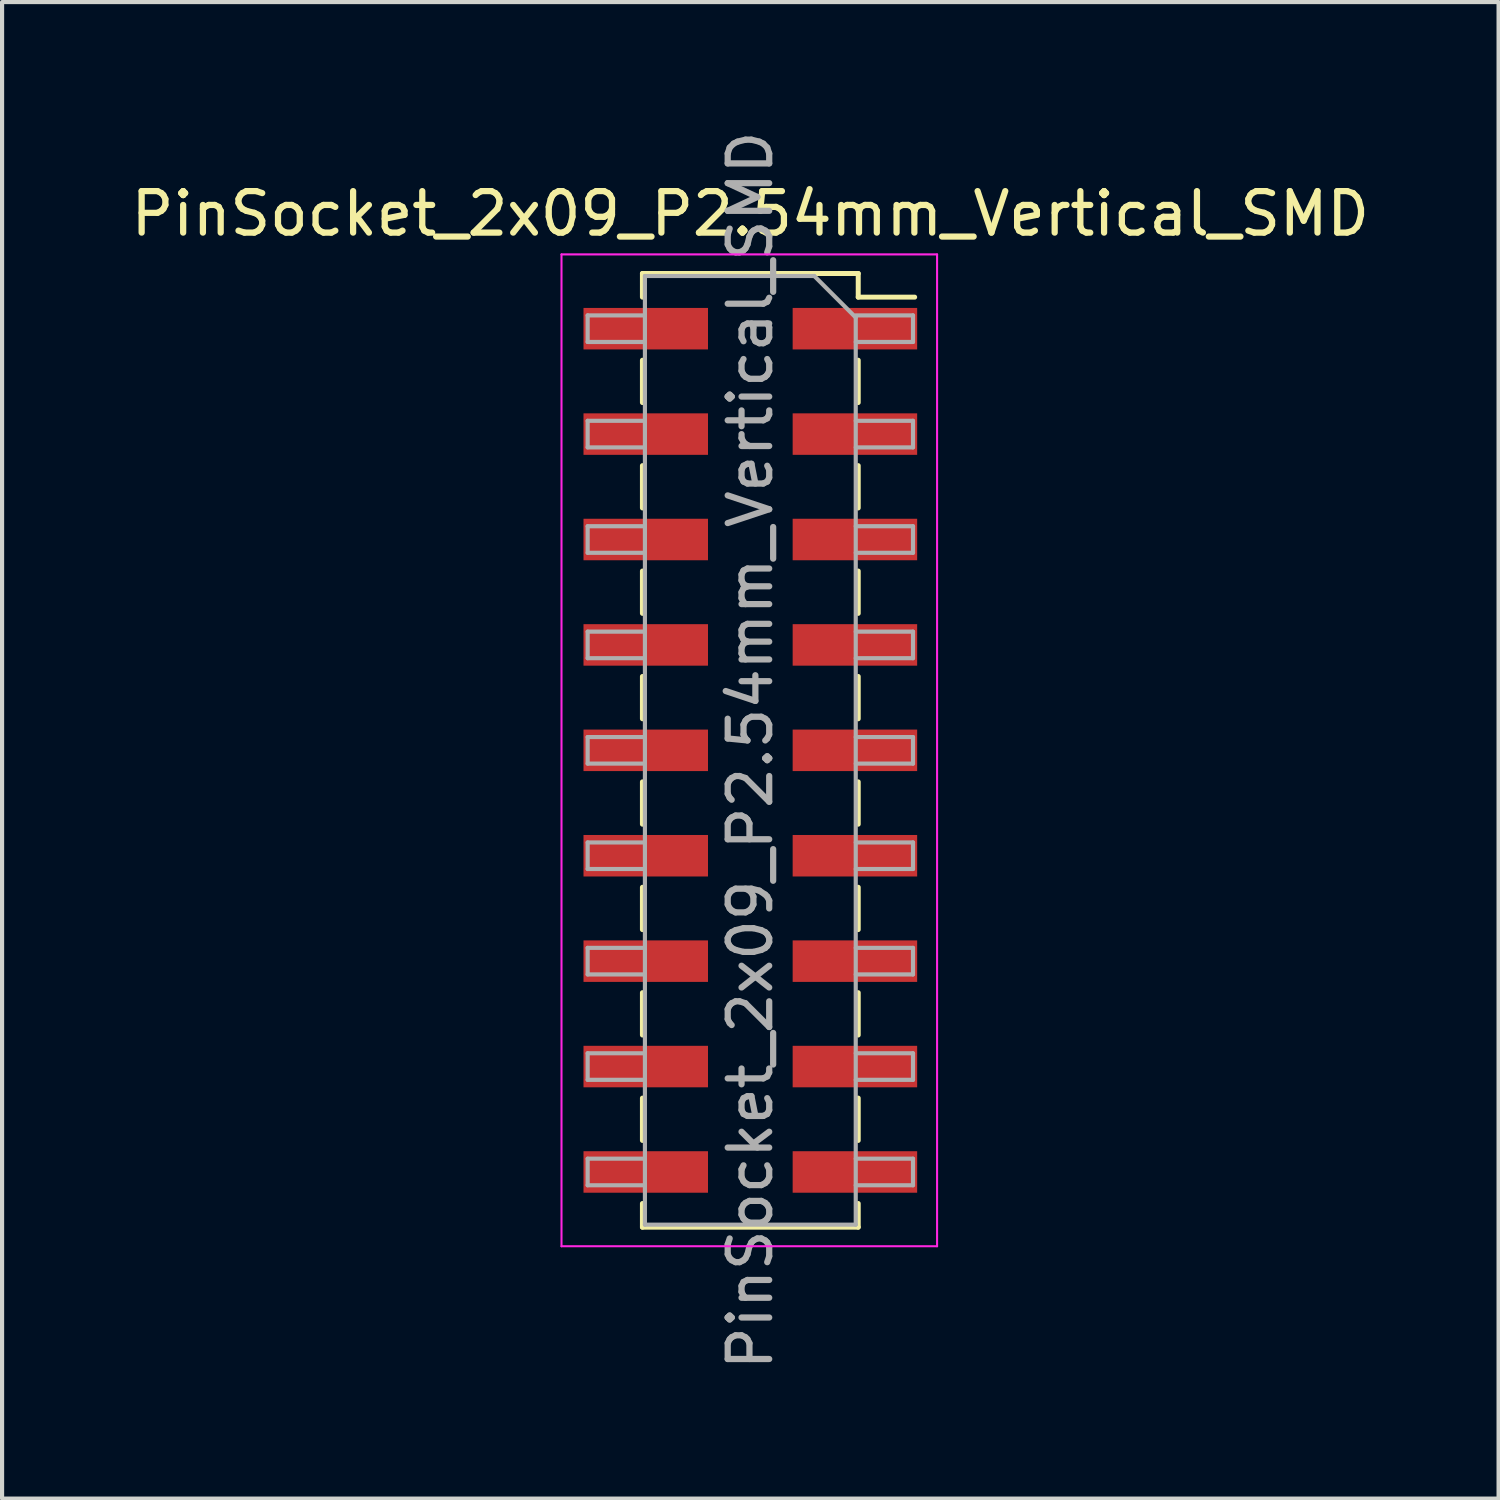
<source format=kicad_pcb>
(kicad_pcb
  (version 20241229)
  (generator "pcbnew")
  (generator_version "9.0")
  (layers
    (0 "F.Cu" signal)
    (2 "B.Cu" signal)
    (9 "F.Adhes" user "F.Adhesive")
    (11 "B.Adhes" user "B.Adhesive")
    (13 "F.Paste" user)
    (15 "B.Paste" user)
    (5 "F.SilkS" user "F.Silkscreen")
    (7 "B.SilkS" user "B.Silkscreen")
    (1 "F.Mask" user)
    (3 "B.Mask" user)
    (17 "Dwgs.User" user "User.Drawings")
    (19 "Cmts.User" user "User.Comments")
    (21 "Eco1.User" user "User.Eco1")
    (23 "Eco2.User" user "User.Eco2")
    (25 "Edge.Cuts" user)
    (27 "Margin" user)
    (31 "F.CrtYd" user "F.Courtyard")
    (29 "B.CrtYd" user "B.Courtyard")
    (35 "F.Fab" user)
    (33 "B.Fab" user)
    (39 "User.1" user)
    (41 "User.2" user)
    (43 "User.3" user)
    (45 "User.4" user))
  (footprint "PinSocket_2x09_P2.54mm_Vertical_SMD"
    (layer "F.Cu")
    (at 15.03 15.03)
    (property "Reference" "PinSocket_2x09_P2.54mm_Vertical_SMD" (at 0 -12.93 0) (layer "F.SilkS") (effects (font (size 1 1) (thickness 0.15))))
    (attr smd)
    (fp_line (start -2.6 -11.49) (end -2.6 -10.92) (stroke (width 0.12) (type solid)) (layer "F.SilkS"))
    (fp_line (start -2.6 -11.49) (end 2.6 -11.49) (stroke (width 0.12) (type solid)) (layer "F.SilkS"))
    (fp_line (start -2.6 -9.4) (end -2.6 -8.38) (stroke (width 0.12) (type solid)) (layer "F.SilkS"))
    (fp_line (start -2.6 -6.86) (end -2.6 -5.84) (stroke (width 0.12) (type solid)) (layer "F.SilkS"))
    (fp_line (start -2.6 -4.32) (end -2.6 -3.3) (stroke (width 0.12) (type solid)) (layer "F.SilkS"))
    (fp_line (start -2.6 -1.78) (end -2.6 -0.76) (stroke (width 0.12) (type solid)) (layer "F.SilkS"))
    (fp_line (start -2.6 0.76) (end -2.6 1.78) (stroke (width 0.12) (type solid)) (layer "F.SilkS"))
    (fp_line (start -2.6 3.3) (end -2.6 4.32) (stroke (width 0.12) (type solid)) (layer "F.SilkS"))
    (fp_line (start -2.6 5.84) (end -2.6 6.86) (stroke (width 0.12) (type solid)) (layer "F.SilkS"))
    (fp_line (start -2.6 8.38) (end -2.6 9.4) (stroke (width 0.12) (type solid)) (layer "F.SilkS"))
    (fp_line (start -2.6 10.92) (end -2.6 11.49) (stroke (width 0.12) (type solid)) (layer "F.SilkS"))
    (fp_line (start -2.6 11.49) (end 2.6 11.49) (stroke (width 0.12) (type solid)) (layer "F.SilkS"))
    (fp_line (start 2.6 -11.49) (end 2.6 -10.92) (stroke (width 0.12) (type solid)) (layer "F.SilkS"))
    (fp_line (start 2.6 -10.92) (end 3.96 -10.92) (stroke (width 0.12) (type solid)) (layer "F.SilkS"))
    (fp_line (start 2.6 -9.4) (end 2.6 -8.38) (stroke (width 0.12) (type solid)) (layer "F.SilkS"))
    (fp_line (start 2.6 -6.86) (end 2.6 -5.84) (stroke (width 0.12) (type solid)) (layer "F.SilkS"))
    (fp_line (start 2.6 -4.32) (end 2.6 -3.3) (stroke (width 0.12) (type solid)) (layer "F.SilkS"))
    (fp_line (start 2.6 -1.78) (end 2.6 -0.76) (stroke (width 0.12) (type solid)) (layer "F.SilkS"))
    (fp_line (start 2.6 0.76) (end 2.6 1.78) (stroke (width 0.12) (type solid)) (layer "F.SilkS"))
    (fp_line (start 2.6 3.3) (end 2.6 4.32) (stroke (width 0.12) (type solid)) (layer "F.SilkS"))
    (fp_line (start 2.6 5.84) (end 2.6 6.86) (stroke (width 0.12) (type solid)) (layer "F.SilkS"))
    (fp_line (start 2.6 8.38) (end 2.6 9.4) (stroke (width 0.12) (type solid)) (layer "F.SilkS"))
    (fp_line (start 2.6 10.92) (end 2.6 11.49) (stroke (width 0.12) (type solid)) (layer "F.SilkS"))
    (fp_line (start -4.55 -11.95) (end 4.5 -11.95) (stroke (width 0.05) (type solid)) (layer "F.CrtYd"))
    (fp_line (start -4.55 11.95) (end -4.55 -11.95) (stroke (width 0.05) (type solid)) (layer "F.CrtYd"))
    (fp_line (start 4.5 -11.95) (end 4.5 11.95) (stroke (width 0.05) (type solid)) (layer "F.CrtYd"))
    (fp_line (start 4.5 11.95) (end -4.55 11.95) (stroke (width 0.05) (type solid)) (layer "F.CrtYd"))
    (fp_line (start -3.92 -10.48) (end -2.54 -10.48) (stroke (width 0.1) (type solid)) (layer "F.Fab"))
    (fp_line (start -3.92 -9.84) (end -3.92 -10.48) (stroke (width 0.1) (type solid)) (layer "F.Fab"))
    (fp_line (start -3.92 -7.94) (end -2.54 -7.94) (stroke (width 0.1) (type solid)) (layer "F.Fab"))
    (fp_line (start -3.92 -7.3) (end -3.92 -7.94) (stroke (width 0.1) (type solid)) (layer "F.Fab"))
    (fp_line (start -3.92 -5.4) (end -2.54 -5.4) (stroke (width 0.1) (type solid)) (layer "F.Fab"))
    (fp_line (start -3.92 -4.76) (end -3.92 -5.4) (stroke (width 0.1) (type solid)) (layer "F.Fab"))
    (fp_line (start -3.92 -2.86) (end -2.54 -2.86) (stroke (width 0.1) (type solid)) (layer "F.Fab"))
    (fp_line (start -3.92 -2.22) (end -3.92 -2.86) (stroke (width 0.1) (type solid)) (layer "F.Fab"))
    (fp_line (start -3.92 -0.32) (end -2.54 -0.32) (stroke (width 0.1) (type solid)) (layer "F.Fab"))
    (fp_line (start -3.92 0.32) (end -3.92 -0.32) (stroke (width 0.1) (type solid)) (layer "F.Fab"))
    (fp_line (start -3.92 2.22) (end -2.54 2.22) (stroke (width 0.1) (type solid)) (layer "F.Fab"))
    (fp_line (start -3.92 2.86) (end -3.92 2.22) (stroke (width 0.1) (type solid)) (layer "F.Fab"))
    (fp_line (start -3.92 4.76) (end -2.54 4.76) (stroke (width 0.1) (type solid)) (layer "F.Fab"))
    (fp_line (start -3.92 5.4) (end -3.92 4.76) (stroke (width 0.1) (type solid)) (layer "F.Fab"))
    (fp_line (start -3.92 7.3) (end -2.54 7.3) (stroke (width 0.1) (type solid)) (layer "F.Fab"))
    (fp_line (start -3.92 7.94) (end -3.92 7.3) (stroke (width 0.1) (type solid)) (layer "F.Fab"))
    (fp_line (start -3.92 9.84) (end -2.54 9.84) (stroke (width 0.1) (type solid)) (layer "F.Fab"))
    (fp_line (start -3.92 10.48) (end -3.92 9.84) (stroke (width 0.1) (type solid)) (layer "F.Fab"))
    (fp_line (start -2.54 -11.43) (end 1.54 -11.43) (stroke (width 0.1) (type solid)) (layer "F.Fab"))
    (fp_line (start -2.54 -9.84) (end -3.92 -9.84) (stroke (width 0.1) (type solid)) (layer "F.Fab"))
    (fp_line (start -2.54 -7.3) (end -3.92 -7.3) (stroke (width 0.1) (type solid)) (layer "F.Fab"))
    (fp_line (start -2.54 -4.76) (end -3.92 -4.76) (stroke (width 0.1) (type solid)) (layer "F.Fab"))
    (fp_line (start -2.54 -2.22) (end -3.92 -2.22) (stroke (width 0.1) (type solid)) (layer "F.Fab"))
    (fp_line (start -2.54 0.32) (end -3.92 0.32) (stroke (width 0.1) (type solid)) (layer "F.Fab"))
    (fp_line (start -2.54 2.86) (end -3.92 2.86) (stroke (width 0.1) (type solid)) (layer "F.Fab"))
    (fp_line (start -2.54 5.4) (end -3.92 5.4) (stroke (width 0.1) (type solid)) (layer "F.Fab"))
    (fp_line (start -2.54 7.94) (end -3.92 7.94) (stroke (width 0.1) (type solid)) (layer "F.Fab"))
    (fp_line (start -2.54 10.48) (end -3.92 10.48) (stroke (width 0.1) (type solid)) (layer "F.Fab"))
    (fp_line (start -2.54 11.43) (end -2.54 -11.43) (stroke (width 0.1) (type solid)) (layer "F.Fab"))
    (fp_line (start 1.54 -11.43) (end 2.54 -10.43) (stroke (width 0.1) (type solid)) (layer "F.Fab"))
    (fp_line (start 2.54 -10.48) (end 3.92 -10.48) (stroke (width 0.1) (type solid)) (layer "F.Fab"))
    (fp_line (start 2.54 -10.43) (end 2.54 11.43) (stroke (width 0.1) (type solid)) (layer "F.Fab"))
    (fp_line (start 2.54 -7.94) (end 3.92 -7.94) (stroke (width 0.1) (type solid)) (layer "F.Fab"))
    (fp_line (start 2.54 -5.4) (end 3.92 -5.4) (stroke (width 0.1) (type solid)) (layer "F.Fab"))
    (fp_line (start 2.54 -2.86) (end 3.92 -2.86) (stroke (width 0.1) (type solid)) (layer "F.Fab"))
    (fp_line (start 2.54 -0.32) (end 3.92 -0.32) (stroke (width 0.1) (type solid)) (layer "F.Fab"))
    (fp_line (start 2.54 2.22) (end 3.92 2.22) (stroke (width 0.1) (type solid)) (layer "F.Fab"))
    (fp_line (start 2.54 4.76) (end 3.92 4.76) (stroke (width 0.1) (type solid)) (layer "F.Fab"))
    (fp_line (start 2.54 7.3) (end 3.92 7.3) (stroke (width 0.1) (type solid)) (layer "F.Fab"))
    (fp_line (start 2.54 9.84) (end 3.92 9.84) (stroke (width 0.1) (type solid)) (layer "F.Fab"))
    (fp_line (start 2.54 11.43) (end -2.54 11.43) (stroke (width 0.1) (type solid)) (layer "F.Fab"))
    (fp_line (start 3.92 -10.48) (end 3.92 -9.84) (stroke (width 0.1) (type solid)) (layer "F.Fab"))
    (fp_line (start 3.92 -9.84) (end 2.54 -9.84) (stroke (width 0.1) (type solid)) (layer "F.Fab"))
    (fp_line (start 3.92 -7.94) (end 3.92 -7.3) (stroke (width 0.1) (type solid)) (layer "F.Fab"))
    (fp_line (start 3.92 -7.3) (end 2.54 -7.3) (stroke (width 0.1) (type solid)) (layer "F.Fab"))
    (fp_line (start 3.92 -5.4) (end 3.92 -4.76) (stroke (width 0.1) (type solid)) (layer "F.Fab"))
    (fp_line (start 3.92 -4.76) (end 2.54 -4.76) (stroke (width 0.1) (type solid)) (layer "F.Fab"))
    (fp_line (start 3.92 -2.86) (end 3.92 -2.22) (stroke (width 0.1) (type solid)) (layer "F.Fab"))
    (fp_line (start 3.92 -2.22) (end 2.54 -2.22) (stroke (width 0.1) (type solid)) (layer "F.Fab"))
    (fp_line (start 3.92 -0.32) (end 3.92 0.32) (stroke (width 0.1) (type solid)) (layer "F.Fab"))
    (fp_line (start 3.92 0.32) (end 2.54 0.32) (stroke (width 0.1) (type solid)) (layer "F.Fab"))
    (fp_line (start 3.92 2.22) (end 3.92 2.86) (stroke (width 0.1) (type solid)) (layer "F.Fab"))
    (fp_line (start 3.92 2.86) (end 2.54 2.86) (stroke (width 0.1) (type solid)) (layer "F.Fab"))
    (fp_line (start 3.92 4.76) (end 3.92 5.4) (stroke (width 0.1) (type solid)) (layer "F.Fab"))
    (fp_line (start 3.92 5.4) (end 2.54 5.4) (stroke (width 0.1) (type solid)) (layer "F.Fab"))
    (fp_line (start 3.92 7.3) (end 3.92 7.94) (stroke (width 0.1) (type solid)) (layer "F.Fab"))
    (fp_line (start 3.92 7.94) (end 2.54 7.94) (stroke (width 0.1) (type solid)) (layer "F.Fab"))
    (fp_line (start 3.92 9.84) (end 3.92 10.48) (stroke (width 0.1) (type solid)) (layer "F.Fab"))
    (fp_line (start 3.92 10.48) (end 2.54 10.48) (stroke (width 0.1) (type solid)) (layer "F.Fab"))
    (fp_text user "${REFERENCE}" (at 0 0 90) (layer "F.Fab") (effects (font (size 1 1) (thickness 0.15))))
    (pad "1" smd rect (at 2.52 -10.16) (size 3 1) (layers "F.Cu" "F.Mask" "F.Paste"))
    (pad "2" smd rect (at -2.52 -10.16) (size 3 1) (layers "F.Cu" "F.Mask" "F.Paste"))
    (pad "3" smd rect (at 2.52 -7.62) (size 3 1) (layers "F.Cu" "F.Mask" "F.Paste"))
    (pad "4" smd rect (at -2.52 -7.62) (size 3 1) (layers "F.Cu" "F.Mask" "F.Paste"))
    (pad "5" smd rect (at 2.52 -5.08) (size 3 1) (layers "F.Cu" "F.Mask" "F.Paste"))
    (pad "6" smd rect (at -2.52 -5.08) (size 3 1) (layers "F.Cu" "F.Mask" "F.Paste"))
    (pad "7" smd rect (at 2.52 -2.54) (size 3 1) (layers "F.Cu" "F.Mask" "F.Paste"))
    (pad "8" smd rect (at -2.52 -2.54) (size 3 1) (layers "F.Cu" "F.Mask" "F.Paste"))
    (pad "9" smd rect (at 2.52 0) (size 3 1) (layers "F.Cu" "F.Mask" "F.Paste"))
    (pad "10" smd rect (at -2.52 0) (size 3 1) (layers "F.Cu" "F.Mask" "F.Paste"))
    (pad "11" smd rect (at 2.52 2.54) (size 3 1) (layers "F.Cu" "F.Mask" "F.Paste"))
    (pad "12" smd rect (at -2.52 2.54) (size 3 1) (layers "F.Cu" "F.Mask" "F.Paste"))
    (pad "13" smd rect (at 2.52 5.08) (size 3 1) (layers "F.Cu" "F.Mask" "F.Paste"))
    (pad "14" smd rect (at -2.52 5.08) (size 3 1) (layers "F.Cu" "F.Mask" "F.Paste"))
    (pad "15" smd rect (at 2.52 7.62) (size 3 1) (layers "F.Cu" "F.Mask" "F.Paste"))
    (pad "16" smd rect (at -2.52 7.62) (size 3 1) (layers "F.Cu" "F.Mask" "F.Paste"))
    (pad "17" smd rect (at 2.52 10.16) (size 3 1) (layers "F.Cu" "F.Mask" "F.Paste"))
    (pad "18" smd rect (at -2.52 10.16) (size 3 1) (layers "F.Cu" "F.Mask" "F.Paste")))
  (gr_rect
    (start -3 -3)
    (end 33.06 33.06)
    (stroke (width 0.1) (type default))
    (fill no)
    (layer "Edge.Cuts")))
</source>
